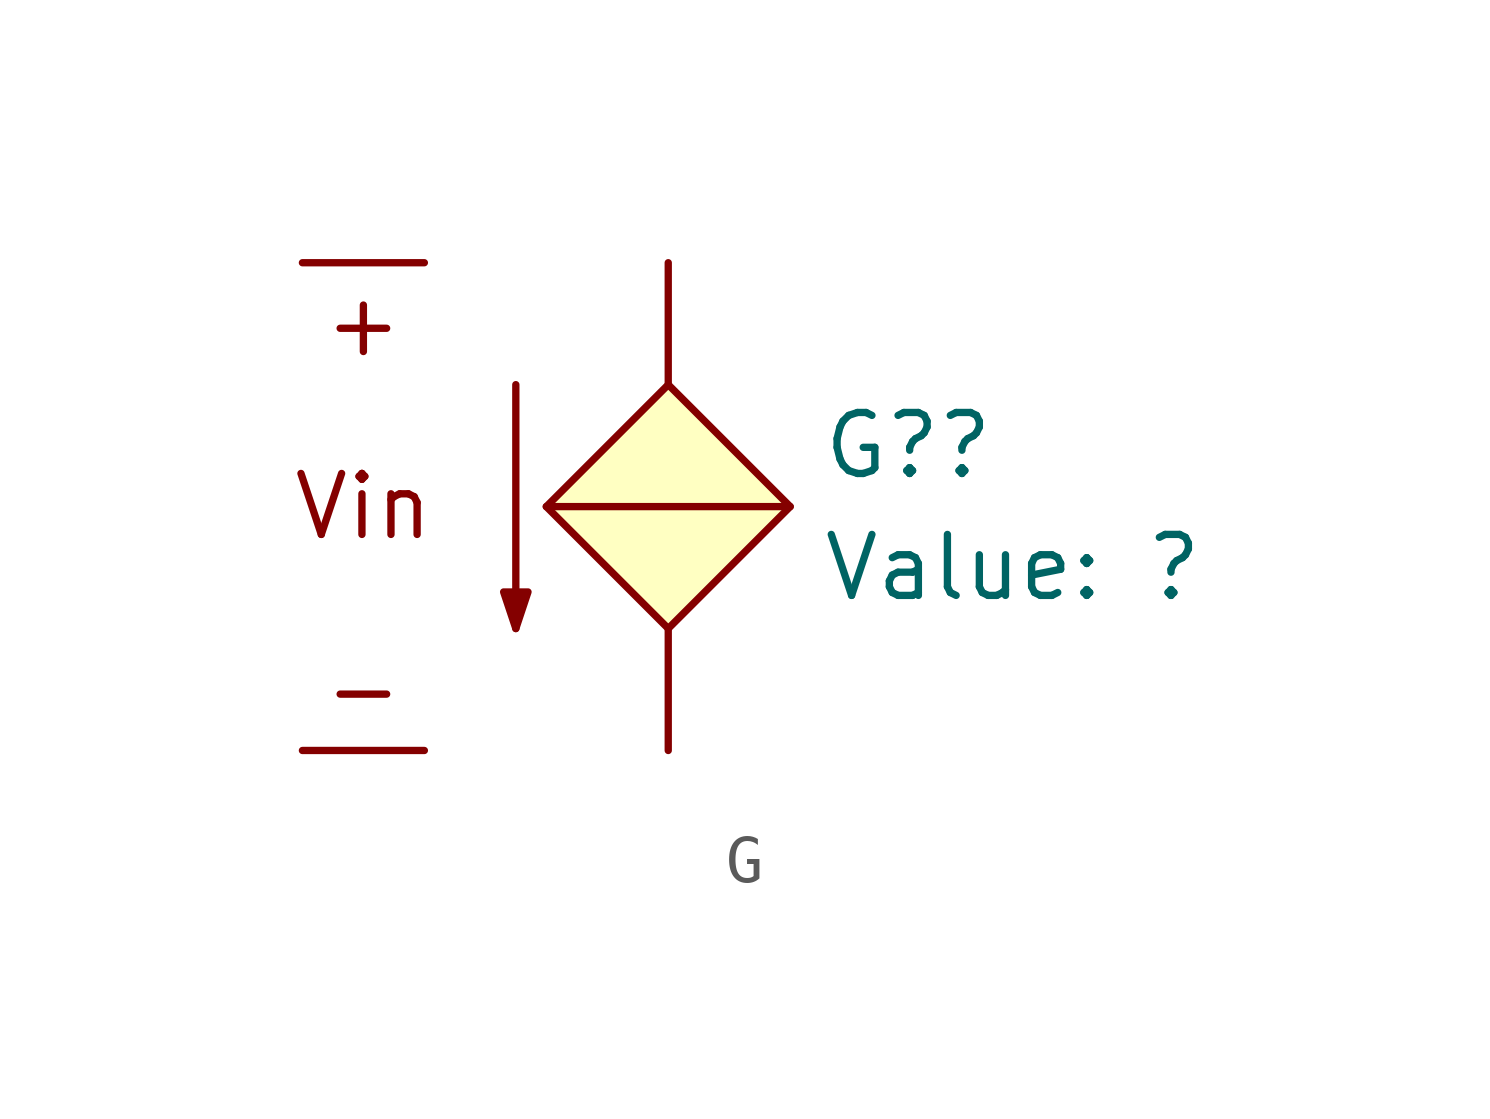
<source format=kicad_sym>
(kicad_symbol_lib
  (version 20241209)
  (generator "kicad_symbol_editor")
  (generator_version "9.0")
  (symbol "G"
    (pin_numbers
      (hide yes))
    (pin_names
      (offset 0)
      (hide yes))
    (property "Reference" "G?"
      (at 3.175 1.27 0)
      (effects (font (size 1.27 1.27)) (justify left)))
    (property "Value" "?"
      (at 3.175 -1.27 0)
      (show_name)
      (effects (font (size 1.27 1.27)) (justify left)))
    (symbol "G_0_0"
      (text "+" (at -6.35 3.81 0) (effects (font (size 1.27 1.27))))
      (text "-" (at -6.35 -3.81 0) (effects (font (size 1.27 1.27))))
      (pin power_out line (at 0 5.08 270) (length 2.54) (name "p" (effects (font (size 1.27 1.27)))) (number "1" (effects (font (size 1.27 1.27))))))
    (symbol "G_0_1"
      (polyline (pts (xy -3.175 -2.54) (xy -3.175 2.54)) (stroke (width 0) (type solid)) (fill (type none)))
      (polyline (pts (xy -3.175 -2.54) (xy -3.429 -1.778) (xy -2.921 -1.778) (xy -3.175 -2.54)) (stroke (width 0) (type solid)) (fill (type outline)))
      (polyline (pts (xy 2.54 0) (xy -2.54 0)) (stroke (width 0) (type solid)) (fill (type none))))
    (symbol "G_1_0"
      (pin power_out line (at 0 -5.08 90) (length 2.54) (name "outN" (effects (font (size 1.27 1.27)))) (number "2" (effects (font (size 1.27 1.27))))))
    (symbol "G_1_1"
      (polyline (pts (xy 0 2.54) (xy -2.54 0) (xy 0 -2.54) (xy 2.54 0) (xy 0 2.54)) (stroke (width 0) (type default)) (fill (type background)))
      (text "Vin" (at -6.35 0 0) (effects (font (size 1.27 1.27))))
      (pin input line (at -7.62 5.08 0) (length 2.54) (name "inp" (effects (font (size 1.27 1.27)))) (number "3" (effects (font (size 1.27 1.27)))))
      (pin input line (at -7.62 -5.08 0) (length 2.54) (name "inN" (effects (font (size 1.27 1.27)))) (number "4" (effects (font (size 1.27 1.27))))))))
</source>
